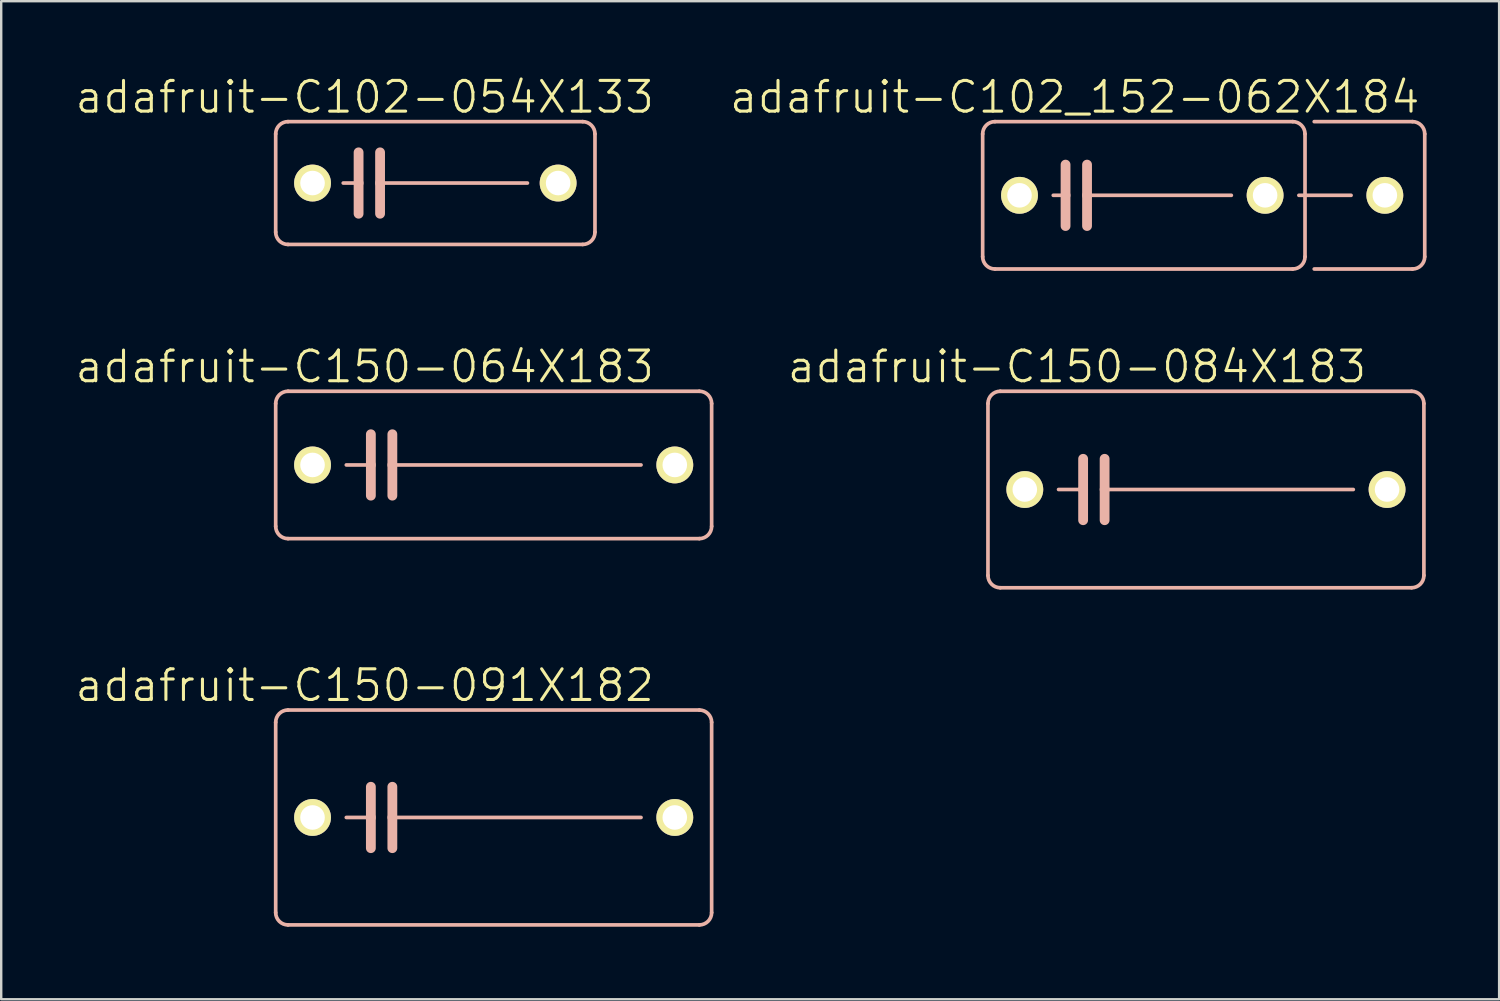
<source format=kicad_pcb>
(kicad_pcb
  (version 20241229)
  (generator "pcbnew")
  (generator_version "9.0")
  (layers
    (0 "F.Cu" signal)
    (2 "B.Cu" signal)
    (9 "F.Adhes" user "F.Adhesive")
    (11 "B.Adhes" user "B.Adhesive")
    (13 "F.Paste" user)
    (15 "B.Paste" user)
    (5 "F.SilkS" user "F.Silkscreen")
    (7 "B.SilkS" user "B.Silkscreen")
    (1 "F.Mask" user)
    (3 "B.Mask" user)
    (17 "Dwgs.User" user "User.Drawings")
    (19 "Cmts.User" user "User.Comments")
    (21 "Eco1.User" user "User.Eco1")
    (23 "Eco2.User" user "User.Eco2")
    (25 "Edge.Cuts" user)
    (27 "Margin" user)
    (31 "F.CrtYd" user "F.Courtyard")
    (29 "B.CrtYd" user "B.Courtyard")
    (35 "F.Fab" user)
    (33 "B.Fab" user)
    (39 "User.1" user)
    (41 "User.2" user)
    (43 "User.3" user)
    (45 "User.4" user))
  (footprint "adafruit-C150-084X183"
    (layer "F.Cu")
    (at 46.837 17.2)
    (property "Reference" "adafruit-C150-084X183" (at -5.334 -5.08 0) (layer "F.SilkS") (effects (font (size 1.27 1.27) (thickness 0.127))))
    (attr exclude_from_pos_files exclude_from_bom)
    (fp_line (start -9.017 3.556) (end -9.017 -3.556) (stroke (width 0.152) (type solid)) (layer "B.SilkS"))
    (fp_line (start -8.509 -4.064) (end 8.509 -4.064) (stroke (width 0.152) (type solid)) (layer "B.SilkS"))
    (fp_line (start -5.08 -1.27) (end -5.08 0) (stroke (width 0.406) (type solid)) (layer "B.SilkS"))
    (fp_line (start -5.08 0) (end -6.096 0) (stroke (width 0.152) (type solid)) (layer "B.SilkS"))
    (fp_line (start -5.08 0) (end -5.08 1.27) (stroke (width 0.406) (type solid)) (layer "B.SilkS"))
    (fp_line (start -4.191 -1.27) (end -4.191 0) (stroke (width 0.406) (type solid)) (layer "B.SilkS"))
    (fp_line (start -4.191 0) (end -4.191 1.27) (stroke (width 0.406) (type solid)) (layer "B.SilkS"))
    (fp_line (start -4.191 0) (end 6.096 0) (stroke (width 0.152) (type solid)) (layer "B.SilkS"))
    (fp_line (start 8.509 4.064) (end -8.509 4.064) (stroke (width 0.152) (type solid)) (layer "B.SilkS"))
    (fp_line (start 9.017 -3.556) (end 9.017 3.556) (stroke (width 0.152) (type solid)) (layer "B.SilkS"))
    (fp_arc (start -9.017 -3.556) (mid -8.86821 -3.91521) (end -8.509 -4.064) (stroke (width 0.1524) (type solid)) (layer "B.SilkS"))
    (fp_arc (start -8.509 4.064) (mid -8.86821 3.91521) (end -9.017 3.556) (stroke (width 0.1524) (type solid)) (layer "B.SilkS"))
    (fp_arc (start 8.509 -4.064) (mid 8.86821 -3.91521) (end 9.017 -3.556) (stroke (width 0.1524) (type solid)) (layer "B.SilkS"))
    (fp_arc (start 9.017 3.556) (mid 8.86821 3.91521) (end 8.509 4.064) (stroke (width 0.1524) (type solid)) (layer "B.SilkS"))
    (pad "1" thru_hole circle (at -7.493 0) (size 1.524 1.524) (drill 1.016) (layers "*.Cu" "F.Mask" "F.SilkS" "F.Paste"))
    (pad "2" thru_hole circle (at 7.493 0) (size 1.524 1.524) (drill 1.016) (layers "*.Cu" "F.Mask" "F.SilkS" "F.Paste")))
  (footprint "adafruit-C102-054X133"
    (layer "F.Cu")
    (at 14.959 4.522)
    (property "Reference" "adafruit-C102-054X133" (at -2.921 -3.556 0) (layer "F.SilkS") (effects (font (size 1.27 1.27) (thickness 0.127))))
    (attr exclude_from_pos_files exclude_from_bom)
    (fp_line (start -6.604 2.032) (end -6.604 -2.032) (stroke (width 0.152) (type solid)) (layer "B.SilkS"))
    (fp_line (start -6.096 -2.54) (end 6.096 -2.54) (stroke (width 0.152) (type solid)) (layer "B.SilkS"))
    (fp_line (start -3.81 0) (end -3.175 0) (stroke (width 0.152) (type solid)) (layer "B.SilkS"))
    (fp_line (start -3.175 -1.27) (end -3.175 0) (stroke (width 0.406) (type solid)) (layer "B.SilkS"))
    (fp_line (start -3.175 0) (end -3.175 1.27) (stroke (width 0.406) (type solid)) (layer "B.SilkS"))
    (fp_line (start -2.286 -1.27) (end -2.286 0) (stroke (width 0.406) (type solid)) (layer "B.SilkS"))
    (fp_line (start -2.286 0) (end -2.286 1.27) (stroke (width 0.406) (type solid)) (layer "B.SilkS"))
    (fp_line (start 3.81 0) (end -2.286 0) (stroke (width 0.152) (type solid)) (layer "B.SilkS"))
    (fp_line (start 6.096 2.54) (end -6.096 2.54) (stroke (width 0.152) (type solid)) (layer "B.SilkS"))
    (fp_line (start 6.604 -2.032) (end 6.604 2.032) (stroke (width 0.152) (type solid)) (layer "B.SilkS"))
    (fp_arc (start -6.604 -2.032) (mid -6.45521 -2.39121) (end -6.096 -2.54) (stroke (width 0.1524) (type solid)) (layer "B.SilkS"))
    (fp_arc (start -6.096 2.54) (mid -6.45521 2.39121) (end -6.604 2.032) (stroke (width 0.1524) (type solid)) (layer "B.SilkS"))
    (fp_arc (start 6.096 -2.54) (mid 6.45521 -2.39121) (end 6.604 -2.032) (stroke (width 0.1524) (type solid)) (layer "B.SilkS"))
    (fp_arc (start 6.604 2.032) (mid 6.45521 2.39121) (end 6.096 2.54) (stroke (width 0.1524) (type solid)) (layer "B.SilkS"))
    (pad "1" thru_hole circle (at -5.08 0) (size 1.524 1.524) (drill 1.016) (layers "*.Cu" "F.Mask" "F.SilkS" "F.Paste"))
    (pad "2" thru_hole circle (at 5.08 0) (size 1.524 1.524) (drill 1.016) (layers "*.Cu" "F.Mask" "F.SilkS" "F.Paste")))
  (footprint "adafruit-C102_152-062X184"
    (layer "F.Cu")
    (at 44.205 5.03)
    (property "Reference" "adafruit-C102_152-062X184" (at -2.794 -4.064 0) (layer "F.SilkS") (effects (font (size 1.27 1.27) (thickness 0.127))))
    (attr exclude_from_pos_files exclude_from_bom)
    (fp_line (start -6.604 2.54) (end -6.604 -2.54) (stroke (width 0.152) (type solid)) (layer "B.SilkS"))
    (fp_line (start -6.096 -3.048) (end 6.223 -3.048) (stroke (width 0.152) (type solid)) (layer "B.SilkS"))
    (fp_line (start -3.683 0) (end -3.175 0) (stroke (width 0.152) (type solid)) (layer "B.SilkS"))
    (fp_line (start -3.175 -1.27) (end -3.175 0) (stroke (width 0.406) (type solid)) (layer "B.SilkS"))
    (fp_line (start -3.175 0) (end -3.175 1.27) (stroke (width 0.406) (type solid)) (layer "B.SilkS"))
    (fp_line (start -2.286 -1.27) (end -2.286 0) (stroke (width 0.406) (type solid)) (layer "B.SilkS"))
    (fp_line (start -2.286 0) (end -2.286 1.27) (stroke (width 0.406) (type solid)) (layer "B.SilkS"))
    (fp_line (start -2.286 0) (end 3.683 0) (stroke (width 0.152) (type solid)) (layer "B.SilkS"))
    (fp_line (start 6.223 3.048) (end -6.096 3.048) (stroke (width 0.152) (type solid)) (layer "B.SilkS"))
    (fp_line (start 6.477 0) (end 8.636 0) (stroke (width 0.152) (type solid)) (layer "B.SilkS"))
    (fp_line (start 6.731 -2.54) (end 6.731 2.54) (stroke (width 0.152) (type solid)) (layer "B.SilkS"))
    (fp_line (start 7.112 -3.048) (end 11.176 -3.048) (stroke (width 0.152) (type solid)) (layer "B.SilkS"))
    (fp_line (start 11.176 3.048) (end 7.112 3.048) (stroke (width 0.152) (type solid)) (layer "B.SilkS"))
    (fp_line (start 11.684 -2.54) (end 11.684 2.54) (stroke (width 0.152) (type solid)) (layer "B.SilkS"))
    (fp_arc (start -6.604 -2.54) (mid -6.45521 -2.89921) (end -6.096 -3.048) (stroke (width 0.1524) (type solid)) (layer "B.SilkS"))
    (fp_arc (start -6.096 3.048) (mid -6.45521 2.89921) (end -6.604 2.54) (stroke (width 0.1524) (type solid)) (layer "B.SilkS"))
    (fp_arc (start 6.223 -3.048) (mid 6.58221 -2.89921) (end 6.731 -2.54) (stroke (width 0.1524) (type solid)) (layer "B.SilkS"))
    (fp_arc (start 6.731 2.54) (mid 6.58221 2.89921) (end 6.223 3.048) (stroke (width 0.1524) (type solid)) (layer "B.SilkS"))
    (fp_arc (start 11.176 -3.048) (mid 11.53521 -2.89921) (end 11.684 -2.54) (stroke (width 0.1524) (type solid)) (layer "B.SilkS"))
    (fp_arc (start 11.684 2.54) (mid 11.53521 2.89921) (end 11.176 3.048) (stroke (width 0.1524) (type solid)) (layer "B.SilkS"))
    (pad "1" thru_hole circle (at -5.08 0) (size 1.524 1.524) (drill 1.016) (layers "*.Cu" "F.Mask" "F.SilkS" "F.Paste"))
    (pad "2" thru_hole circle (at 5.08 0) (size 1.524 1.524) (drill 1.016) (layers "*.Cu" "F.Mask" "F.SilkS" "F.Paste"))
    (pad "3" thru_hole circle (at 10.033 0) (size 1.524 1.524) (drill 1.016) (layers "*.Cu" "F.Mask" "F.SilkS" "F.Paste")))
  (footprint "adafruit-C150-091X182"
    (layer "F.Cu")
    (at 17.372 30.767)
    (property "Reference" "adafruit-C150-091X182" (at -5.334 -5.461 0) (layer "F.SilkS") (effects (font (size 1.27 1.27) (thickness 0.127))))
    (attr exclude_from_pos_files exclude_from_bom)
    (fp_line (start -9.017 3.937) (end -9.017 -3.937) (stroke (width 0.152) (type solid)) (layer "B.SilkS"))
    (fp_line (start -8.509 -4.445) (end 8.509 -4.445) (stroke (width 0.152) (type solid)) (layer "B.SilkS"))
    (fp_line (start -5.08 -1.27) (end -5.08 0) (stroke (width 0.406) (type solid)) (layer "B.SilkS"))
    (fp_line (start -5.08 0) (end -6.096 0) (stroke (width 0.152) (type solid)) (layer "B.SilkS"))
    (fp_line (start -5.08 0) (end -5.08 1.27) (stroke (width 0.406) (type solid)) (layer "B.SilkS"))
    (fp_line (start -4.191 -1.27) (end -4.191 0) (stroke (width 0.406) (type solid)) (layer "B.SilkS"))
    (fp_line (start -4.191 0) (end -4.191 1.27) (stroke (width 0.406) (type solid)) (layer "B.SilkS"))
    (fp_line (start -4.191 0) (end 6.096 0) (stroke (width 0.152) (type solid)) (layer "B.SilkS"))
    (fp_line (start 8.509 4.445) (end -8.509 4.445) (stroke (width 0.152) (type solid)) (layer "B.SilkS"))
    (fp_line (start 9.017 -3.937) (end 9.017 3.937) (stroke (width 0.152) (type solid)) (layer "B.SilkS"))
    (fp_arc (start -9.017 -3.937) (mid -8.86821 -4.29621) (end -8.509 -4.445) (stroke (width 0.1524) (type solid)) (layer "B.SilkS"))
    (fp_arc (start -8.509 4.445) (mid -8.86821 4.29621) (end -9.017 3.937) (stroke (width 0.1524) (type solid)) (layer "B.SilkS"))
    (fp_arc (start 8.509 -4.445) (mid 8.86821 -4.29621) (end 9.017 -3.937) (stroke (width 0.1524) (type solid)) (layer "B.SilkS"))
    (fp_arc (start 9.017 3.937) (mid 8.86821 4.29621) (end 8.509 4.445) (stroke (width 0.1524) (type solid)) (layer "B.SilkS"))
    (pad "1" thru_hole circle (at -7.493 0) (size 1.524 1.524) (drill 1.016) (layers "*.Cu" "F.Mask" "F.SilkS" "F.Paste"))
    (pad "2" thru_hole circle (at 7.493 0) (size 1.524 1.524) (drill 1.016) (layers "*.Cu" "F.Mask" "F.SilkS" "F.Paste")))
  (footprint "adafruit-C150-064X183"
    (layer "F.Cu")
    (at 17.372 16.184)
    (property "Reference" "adafruit-C150-064X183" (at -5.334 -4.064 0) (layer "F.SilkS") (effects (font (size 1.27 1.27) (thickness 0.127))))
    (attr exclude_from_pos_files exclude_from_bom)
    (fp_line (start -9.017 2.54) (end -9.017 -2.54) (stroke (width 0.152) (type solid)) (layer "B.SilkS"))
    (fp_line (start -8.509 -3.048) (end 8.509 -3.048) (stroke (width 0.152) (type solid)) (layer "B.SilkS"))
    (fp_line (start -5.08 -1.27) (end -5.08 0) (stroke (width 0.406) (type solid)) (layer "B.SilkS"))
    (fp_line (start -5.08 0) (end -6.096 0) (stroke (width 0.152) (type solid)) (layer "B.SilkS"))
    (fp_line (start -5.08 0) (end -5.08 1.27) (stroke (width 0.406) (type solid)) (layer "B.SilkS"))
    (fp_line (start -4.191 -1.27) (end -4.191 0) (stroke (width 0.406) (type solid)) (layer "B.SilkS"))
    (fp_line (start -4.191 0) (end -4.191 1.27) (stroke (width 0.406) (type solid)) (layer "B.SilkS"))
    (fp_line (start -4.191 0) (end 6.096 0) (stroke (width 0.152) (type solid)) (layer "B.SilkS"))
    (fp_line (start 8.509 3.048) (end -8.509 3.048) (stroke (width 0.152) (type solid)) (layer "B.SilkS"))
    (fp_line (start 9.017 -2.54) (end 9.017 2.54) (stroke (width 0.152) (type solid)) (layer "B.SilkS"))
    (fp_arc (start -9.017 -2.54) (mid -8.86821 -2.89921) (end -8.509 -3.048) (stroke (width 0.1524) (type solid)) (layer "B.SilkS"))
    (fp_arc (start -8.509 3.048) (mid -8.86821 2.89921) (end -9.017 2.54) (stroke (width 0.1524) (type solid)) (layer "B.SilkS"))
    (fp_arc (start 8.509 -3.048) (mid 8.86821 -2.89921) (end 9.017 -2.54) (stroke (width 0.1524) (type solid)) (layer "B.SilkS"))
    (fp_arc (start 9.017 2.54) (mid 8.86821 2.89921) (end 8.509 3.048) (stroke (width 0.1524) (type solid)) (layer "B.SilkS"))
    (pad "1" thru_hole circle (at -7.493 0) (size 1.524 1.524) (drill 1.016) (layers "*.Cu" "F.Mask" "F.SilkS" "F.Paste"))
    (pad "2" thru_hole circle (at 7.493 0) (size 1.524 1.524) (drill 1.016) (layers "*.Cu" "F.Mask" "F.SilkS" "F.Paste")))
  (gr_rect
    (start -3 -3)
    (end 58.966 38.288)
    (stroke (width 0.1) (type default))
    (fill no)
    (layer "Edge.Cuts")))
</source>
